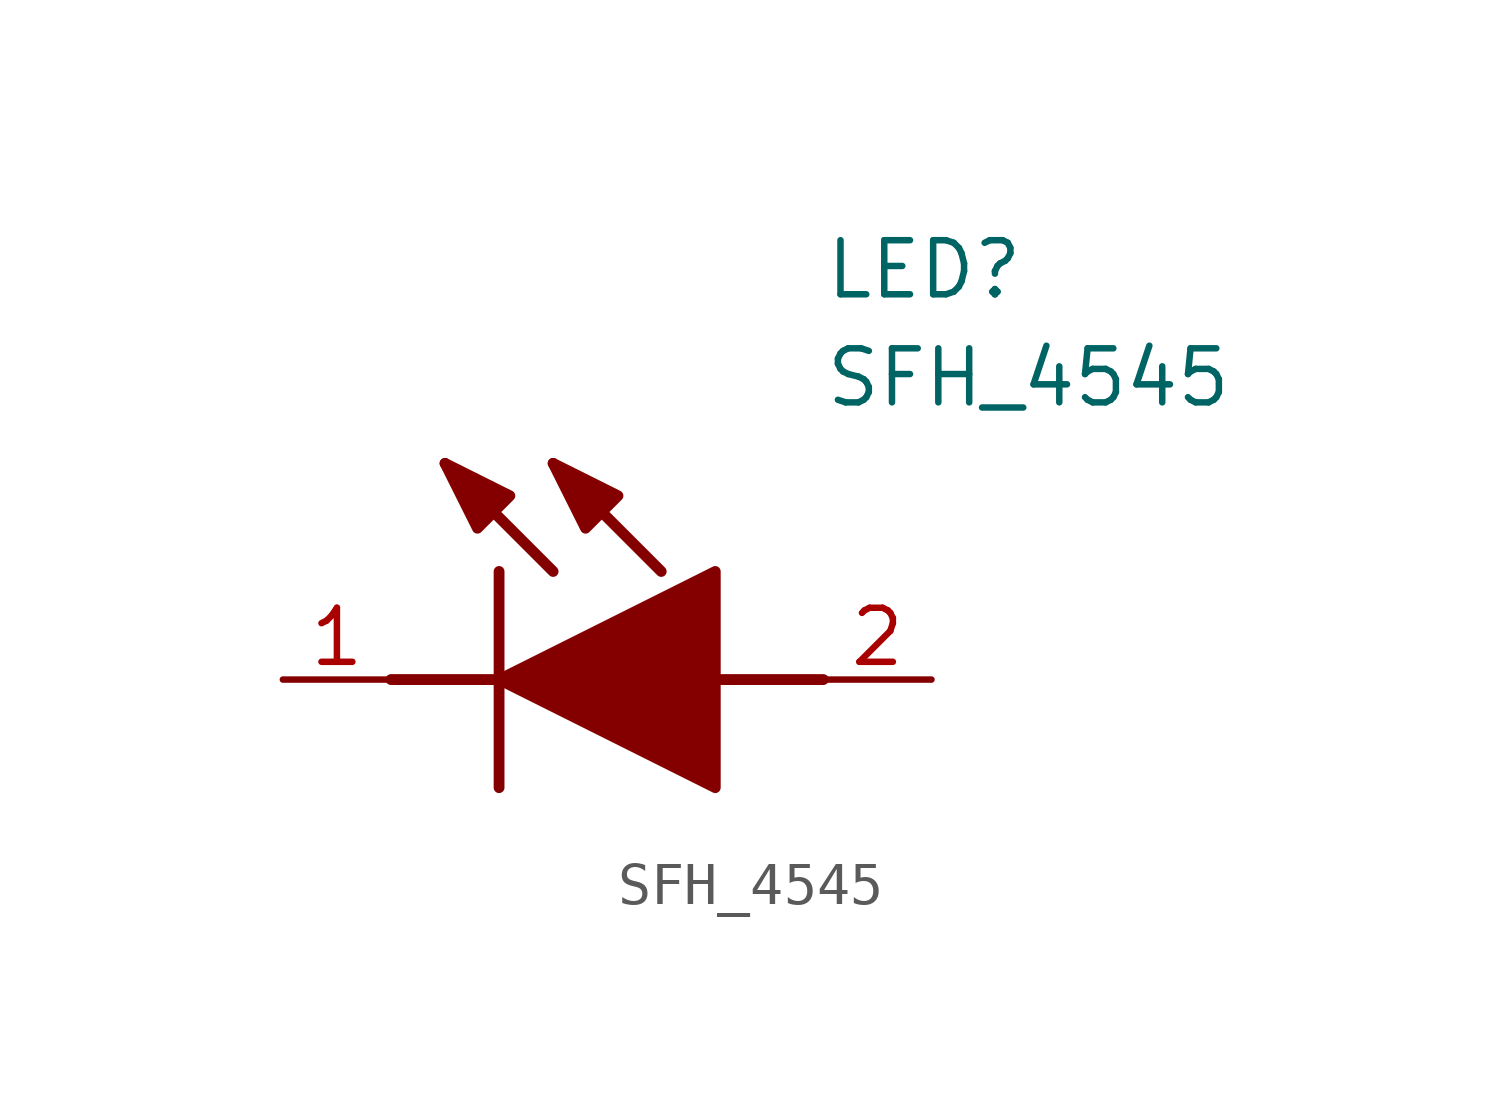
<source format=kicad_sym>
(kicad_symbol_lib
  (version 20211014)
  (generator SamacSys_ECAD_Model)
  (symbol "SFH_4545"
    (pin_names hide)
    (property "Reference" "LED"
      (at 12.7 8.89 0)
      (effects (font (size 1.27 1.27)) (justify left bottom)))
    (property "Value" "SFH_4545"
      (at 12.7 6.35 0)
      (effects (font (size 1.27 1.27)) (justify left bottom)))
    (polyline
      (pts (xy 5.08 2.54) (xy 5.08 -2.54))
      (stroke (width 0.254) (type default))
      (fill (type none)))
    (polyline
      (pts (xy 6.35 2.54) (xy 3.81 5.08))
      (stroke (width 0.254) (type default))
      (fill (type none)))
    (polyline
      (pts (xy 8.89 2.54) (xy 6.35 5.08))
      (stroke (width 0.254) (type default))
      (fill (type none)))
    (polyline
      (pts (xy 2.54 0) (xy 5.08 0))
      (stroke (width 0.254) (type default))
      (fill (type none)))
    (polyline
      (pts (xy 10.16 0) (xy 12.7 0))
      (stroke (width 0.254) (type default))
      (fill (type none)))
    (polyline
      (pts (xy 5.08 0) (xy 10.16 2.54) (xy 10.16 -2.54) (xy 5.08 0))
      (stroke (width 0.254) (type default))
      (fill (type outline)))
    (polyline
      (pts (xy 5.334 4.318) (xy 4.572 3.556) (xy 3.81 5.08) (xy 5.334 4.318))
      (stroke (width 0.254) (type default))
      (fill (type outline)))
    (polyline
      (pts (xy 7.874 4.318) (xy 7.112 3.556) (xy 6.35 5.08) (xy 7.874 4.318))
      (stroke (width 0.254) (type default))
      (fill (type outline)))
    (pin passive line
      (at 0 0 0)
      (length 2.54)
      (name "K" (effects (font (size 1.27 1.27))))
      (number "1" (effects (font (size 1.27 1.27)))))
    (pin passive line
      (at 15.24 0 180)
      (length 2.54)
      (name "A" (effects (font (size 1.27 1.27))))
      (number "2" (effects (font (size 1.27 1.27)))))))
</source>
